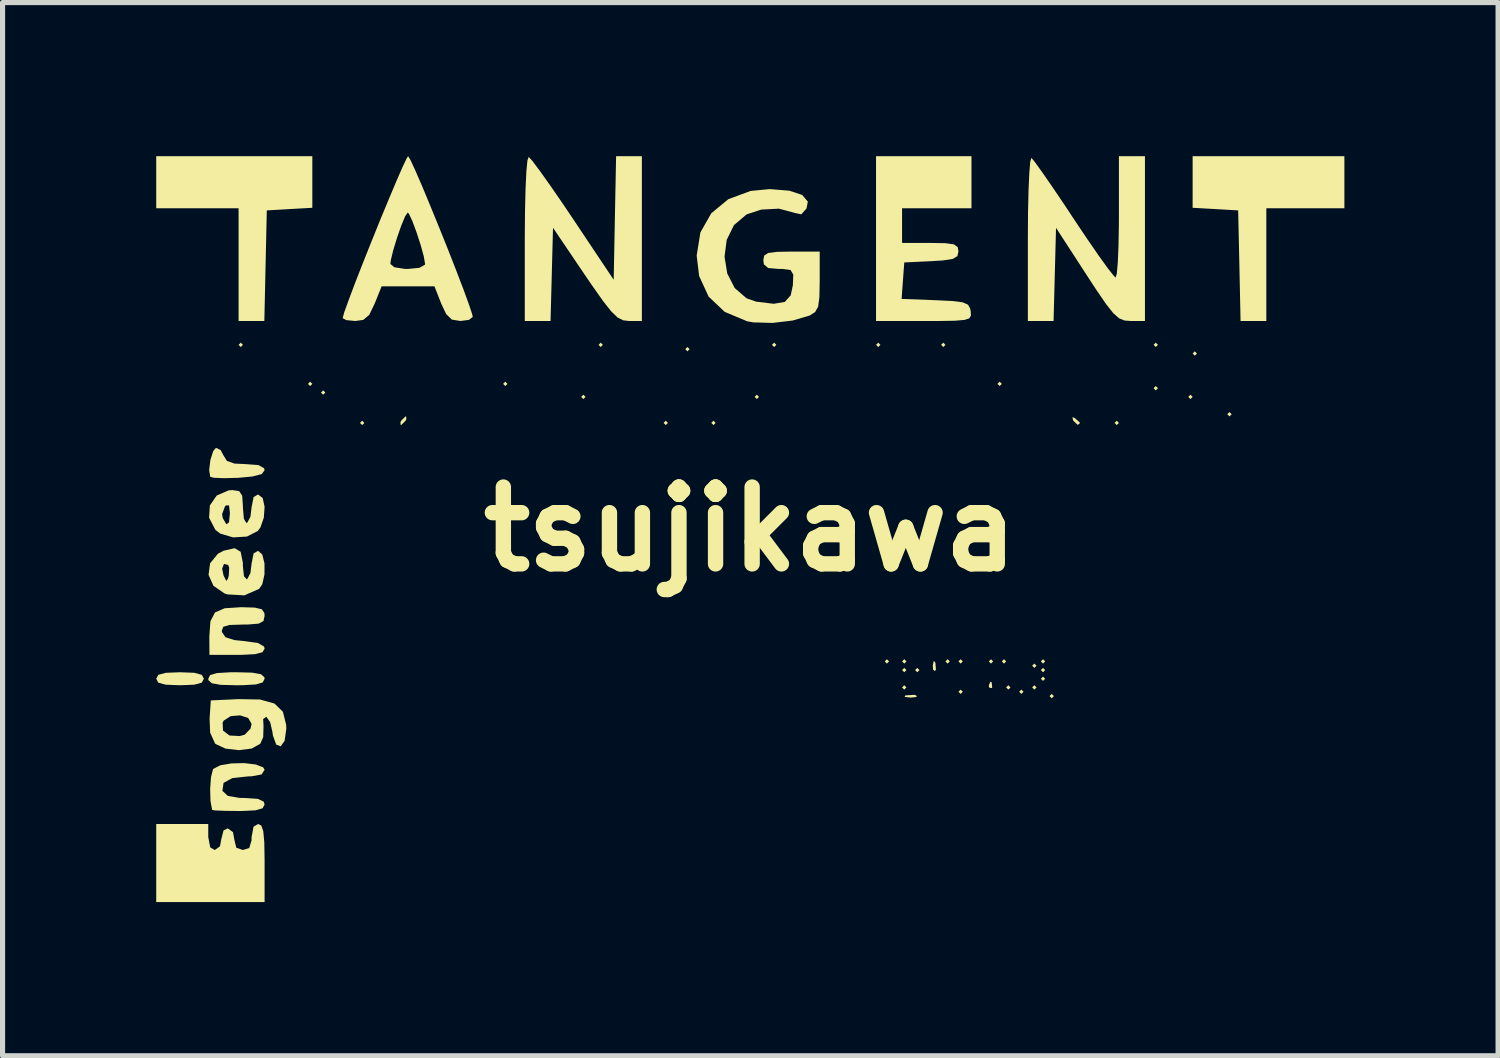
<source format=kicad_pcb>
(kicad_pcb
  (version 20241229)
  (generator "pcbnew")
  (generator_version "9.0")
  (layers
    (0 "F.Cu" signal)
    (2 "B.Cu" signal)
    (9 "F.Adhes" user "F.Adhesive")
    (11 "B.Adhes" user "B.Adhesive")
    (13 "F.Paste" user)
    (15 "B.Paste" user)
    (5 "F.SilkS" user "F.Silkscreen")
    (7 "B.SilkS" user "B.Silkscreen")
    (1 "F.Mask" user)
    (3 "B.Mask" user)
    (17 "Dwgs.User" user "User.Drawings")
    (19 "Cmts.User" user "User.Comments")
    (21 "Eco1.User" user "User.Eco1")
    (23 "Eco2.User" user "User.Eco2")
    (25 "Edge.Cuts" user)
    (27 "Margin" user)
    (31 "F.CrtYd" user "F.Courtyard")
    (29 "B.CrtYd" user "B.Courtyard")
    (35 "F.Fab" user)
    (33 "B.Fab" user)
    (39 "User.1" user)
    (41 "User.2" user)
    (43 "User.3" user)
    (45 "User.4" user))
  (footprint "tsujikawa"
    (layer "F.Cu")
    (at 11.599 7.281)
    (property "Reference" "tsujikawa" (at 0 0 0) (layer "F.SilkS") (effects (font (size 1.5 1.5) (thickness 0.3))))
    (attr board_only exclude_from_pos_files exclude_from_bom)
    (fp_poly (pts (xy -9.906 -3.598) (xy -9.948 -3.556) (xy -9.991 -3.598) (xy -9.948 -3.641)) (stroke (width 0) (type solid)) (fill yes) (layer "F.SilkS"))
    (fp_poly (pts (xy -8.551 -2.836) (xy -8.594 -2.794) (xy -8.636 -2.836) (xy -8.594 -2.879)) (stroke (width 0) (type solid)) (fill yes) (layer "F.SilkS"))
    (fp_poly (pts (xy -8.297 -2.667) (xy -8.34 -2.625) (xy -8.382 -2.667) (xy -8.34 -2.709)) (stroke (width 0) (type solid)) (fill yes) (layer "F.SilkS"))
    (fp_poly (pts (xy -7.535 -2.074) (xy -7.578 -2.032) (xy -7.62 -2.074) (xy -7.578 -2.117)) (stroke (width 0) (type solid)) (fill yes) (layer "F.SilkS"))
    (fp_poly (pts (xy -4.741 -2.836) (xy -4.784 -2.794) (xy -4.826 -2.836) (xy -4.784 -2.879)) (stroke (width 0) (type solid)) (fill yes) (layer "F.SilkS"))
    (fp_poly (pts (xy -3.217 -2.582) (xy -3.26 -2.54) (xy -3.302 -2.582) (xy -3.26 -2.625)) (stroke (width 0) (type solid)) (fill yes) (layer "F.SilkS"))
    (fp_poly (pts (xy -2.879 -3.598) (xy -2.921 -3.556) (xy -2.963 -3.598) (xy -2.921 -3.641)) (stroke (width 0) (type solid)) (fill yes) (layer "F.SilkS"))
    (fp_poly (pts (xy -1.609 -2.074) (xy -1.651 -2.032) (xy -1.693 -2.074) (xy -1.651 -2.117)) (stroke (width 0) (type solid)) (fill yes) (layer "F.SilkS"))
    (fp_poly (pts (xy -1.185 -3.514) (xy -1.228 -3.471) (xy -1.27 -3.514) (xy -1.228 -3.556)) (stroke (width 0) (type solid)) (fill yes) (layer "F.SilkS"))
    (fp_poly (pts (xy -0.677 -2.074) (xy -0.72 -2.032) (xy -0.762 -2.074) (xy -0.72 -2.117)) (stroke (width 0) (type solid)) (fill yes) (layer "F.SilkS"))
    (fp_poly (pts (xy 0.169 -2.582) (xy 0.127 -2.54) (xy 0.085 -2.582) (xy 0.127 -2.625)) (stroke (width 0) (type solid)) (fill yes) (layer "F.SilkS"))
    (fp_poly (pts (xy 0.508 -3.598) (xy 0.466 -3.556) (xy 0.423 -3.598) (xy 0.466 -3.641)) (stroke (width 0) (type solid)) (fill yes) (layer "F.SilkS"))
    (fp_poly (pts (xy 2.54 -3.598) (xy 2.498 -3.556) (xy 2.455 -3.598) (xy 2.498 -3.641)) (stroke (width 0) (type solid)) (fill yes) (layer "F.SilkS"))
    (fp_poly (pts (xy 2.709 2.582) (xy 2.667 2.625) (xy 2.625 2.582) (xy 2.667 2.54)) (stroke (width 0) (type solid)) (fill yes) (layer "F.SilkS"))
    (fp_poly (pts (xy 3.048 2.582) (xy 3.006 2.625) (xy 2.963 2.582) (xy 3.006 2.54)) (stroke (width 0) (type solid)) (fill yes) (layer "F.SilkS"))
    (fp_poly (pts (xy 3.048 2.752) (xy 3.006 2.794) (xy 2.963 2.752) (xy 3.006 2.709)) (stroke (width 0) (type solid)) (fill yes) (layer "F.SilkS"))
    (fp_poly (pts (xy 3.048 3.09) (xy 3.006 3.133) (xy 2.963 3.09) (xy 3.006 3.048)) (stroke (width 0) (type solid)) (fill yes) (layer "F.SilkS"))
    (fp_poly (pts (xy 3.302 2.752) (xy 3.26 2.794) (xy 3.217 2.752) (xy 3.26 2.709)) (stroke (width 0) (type solid)) (fill yes) (layer "F.SilkS"))
    (fp_poly (pts (xy 3.81 -3.598) (xy 3.768 -3.556) (xy 3.725 -3.598) (xy 3.768 -3.641)) (stroke (width 0) (type solid)) (fill yes) (layer "F.SilkS"))
    (fp_poly (pts (xy 3.895 2.582) (xy 3.852 2.625) (xy 3.81 2.582) (xy 3.852 2.54)) (stroke (width 0) (type solid)) (fill yes) (layer "F.SilkS"))
    (fp_poly (pts (xy 4.149 2.582) (xy 4.106 2.625) (xy 4.064 2.582) (xy 4.106 2.54)) (stroke (width 0) (type solid)) (fill yes) (layer "F.SilkS"))
    (fp_poly (pts (xy 4.149 3.175) (xy 4.106 3.217) (xy 4.064 3.175) (xy 4.106 3.133)) (stroke (width 0) (type solid)) (fill yes) (layer "F.SilkS"))
    (fp_poly (pts (xy 4.741 2.582) (xy 4.699 2.625) (xy 4.657 2.582) (xy 4.699 2.54)) (stroke (width 0) (type solid)) (fill yes) (layer "F.SilkS"))
    (fp_poly (pts (xy 4.911 -2.836) (xy 4.868 -2.794) (xy 4.826 -2.836) (xy 4.868 -2.879)) (stroke (width 0) (type solid)) (fill yes) (layer "F.SilkS"))
    (fp_poly (pts (xy 4.995 2.582) (xy 4.953 2.625) (xy 4.911 2.582) (xy 4.953 2.54)) (stroke (width 0) (type solid)) (fill yes) (layer "F.SilkS"))
    (fp_poly (pts (xy 5.08 3.09) (xy 5.038 3.133) (xy 4.995 3.09) (xy 5.038 3.048)) (stroke (width 0) (type solid)) (fill yes) (layer "F.SilkS"))
    (fp_poly (pts (xy 5.334 3.175) (xy 5.292 3.217) (xy 5.249 3.175) (xy 5.292 3.133)) (stroke (width 0) (type solid)) (fill yes) (layer "F.SilkS"))
    (fp_poly (pts (xy 5.588 2.667) (xy 5.546 2.709) (xy 5.503 2.667) (xy 5.546 2.625)) (stroke (width 0) (type solid)) (fill yes) (layer "F.SilkS"))
    (fp_poly (pts (xy 5.588 3.09) (xy 5.546 3.133) (xy 5.503 3.09) (xy 5.546 3.048)) (stroke (width 0) (type solid)) (fill yes) (layer "F.SilkS"))
    (fp_poly (pts (xy 5.757 2.582) (xy 5.715 2.625) (xy 5.673 2.582) (xy 5.715 2.54)) (stroke (width 0) (type solid)) (fill yes) (layer "F.SilkS"))
    (fp_poly (pts (xy 5.757 2.752) (xy 5.715 2.794) (xy 5.673 2.752) (xy 5.715 2.709)) (stroke (width 0) (type solid)) (fill yes) (layer "F.SilkS"))
    (fp_poly (pts (xy 5.757 2.921) (xy 5.715 2.963) (xy 5.673 2.921) (xy 5.715 2.879)) (stroke (width 0) (type solid)) (fill yes) (layer "F.SilkS"))
    (fp_poly (pts (xy 5.927 3.26) (xy 5.884 3.302) (xy 5.842 3.26) (xy 5.884 3.217)) (stroke (width 0) (type solid)) (fill yes) (layer "F.SilkS"))
    (fp_poly (pts (xy 7.197 -2.074) (xy 7.154 -2.032) (xy 7.112 -2.074) (xy 7.154 -2.117)) (stroke (width 0) (type solid)) (fill yes) (layer "F.SilkS"))
    (fp_poly (pts (xy 7.959 -3.598) (xy 7.916 -3.556) (xy 7.874 -3.598) (xy 7.916 -3.641)) (stroke (width 0) (type solid)) (fill yes) (layer "F.SilkS"))
    (fp_poly (pts (xy 7.959 -2.752) (xy 7.916 -2.709) (xy 7.874 -2.752) (xy 7.916 -2.794)) (stroke (width 0) (type solid)) (fill yes) (layer "F.SilkS"))
    (fp_poly (pts (xy 8.636 -2.582) (xy 8.594 -2.54) (xy 8.551 -2.582) (xy 8.594 -2.625)) (stroke (width 0) (type solid)) (fill yes) (layer "F.SilkS"))
    (fp_poly (pts (xy 8.721 -3.429) (xy 8.678 -3.387) (xy 8.636 -3.429) (xy 8.678 -3.471)) (stroke (width 0) (type solid)) (fill yes) (layer "F.SilkS"))
    (fp_poly (pts (xy 9.398 -2.244) (xy 9.356 -2.201) (xy 9.313 -2.244) (xy 9.356 -2.286)) (stroke (width 0) (type solid)) (fill yes) (layer "F.SilkS"))
    (fp_poly (pts (xy 3.239 3.246) (xy 3.249 3.277) (xy 3.133 3.289) (xy 3.012 3.275) (xy 3.027 3.246) (xy 3.2 3.235)) (stroke (width 0) (type solid)) (fill yes) (layer "F.SilkS"))
    (fp_poly (pts (xy 3.614 2.609) (xy 3.624 2.741) (xy 3.607 2.771) (xy 3.569 2.746) (xy 3.563 2.66) (xy 3.583 2.57)) (stroke (width 0) (type solid)) (fill yes) (layer "F.SilkS"))
    (fp_poly (pts (xy 4.713 2.992) (xy 4.723 3.092) (xy 4.713 3.104) (xy 4.663 3.093) (xy 4.657 3.048) (xy 4.688 2.978)) (stroke (width 0) (type solid)) (fill yes) (layer "F.SilkS"))
    (fp_poly (pts (xy 6.337 -2.167) (xy 6.427 -2.088) (xy 6.435 -2.069) (xy 6.394 -2.035) (xy 6.311 -2.113) (xy 6.3 -2.13) (xy 6.29 -2.188)) (stroke (width 0) (type solid)) (fill yes) (layer "F.SilkS"))
    (fp_poly (pts (xy -6.715 -2.147) (xy -6.731 -2.117) (xy -6.811 -2.036) (xy -6.826 -2.032) (xy -6.831 -2.087) (xy -6.816 -2.117) (xy -6.736 -2.198) (xy -6.721 -2.201)) (stroke (width 0) (type solid)) (fill yes) (layer "F.SilkS"))
    (fp_poly (pts (xy -10.853 2.805) (xy -10.708 2.845) (xy -10.668 2.921) (xy -10.71 2.998) (xy -10.857 3.037) (xy -11.134 3.048) (xy -11.414 3.037) (xy -11.559 2.997) (xy -11.599 2.921) (xy -11.558 2.844) (xy -11.411 2.805) (xy -11.134 2.794)) (stroke (width 0) (type solid)) (fill yes) (layer "F.SilkS"))
    (fp_poly (pts (xy -9.724 2.802) (xy -9.553 2.833) (xy -9.487 2.892) (xy -9.483 2.921) (xy -9.519 2.992) (xy -9.651 3.032) (xy -9.908 3.047) (xy -10.033 3.048) (xy -10.342 3.04) (xy -10.513 3.009) (xy -10.579 2.95) (xy -10.583 2.921) (xy -10.547 2.85) (xy -10.415 2.81) (xy -10.158 2.795) (xy -10.033 2.794)) (stroke (width 0) (type solid)) (fill yes) (layer "F.SilkS"))
    (fp_poly (pts (xy -8.551 -6.778) (xy -8.551 -6.274) (xy -8.996 -6.249) (xy -9.44 -6.223) (xy -9.464 -5.144) (xy -9.488 -4.064) (xy -9.739 -4.064) (xy -9.991 -4.064) (xy -9.991 -5.165) (xy -9.991 -6.265) (xy -10.795 -6.265) (xy -11.599 -6.265) (xy -11.599 -6.773) (xy -11.599 -7.281) (xy -10.075 -7.281) (xy -8.551 -7.281)) (stroke (width 0) (type solid)) (fill yes) (layer "F.SilkS"))
    (fp_poly (pts (xy 11.599 -6.773) (xy 11.599 -6.265) (xy 10.837 -6.265) (xy 10.075 -6.265) (xy 10.075 -5.165) (xy 10.075 -4.064) (xy 9.824 -4.064) (xy 9.572 -4.064) (xy 9.549 -5.144) (xy 9.525 -6.223) (xy 9.081 -6.249) (xy 8.636 -6.274) (xy 8.636 -6.778) (xy 8.636 -7.281) (xy 10.118 -7.281) (xy 11.599 -7.281)) (stroke (width 0) (type solid)) (fill yes) (layer "F.SilkS"))
    (fp_poly (pts (xy -10.341 -1.544) (xy -10.288 -1.444) (xy -10.219 -1.332) (xy -10.072 -1.28) (xy -9.858 -1.27) (xy -9.603 -1.251) (xy -9.492 -1.188) (xy -9.483 -1.151) (xy -9.538 -1.076) (xy -9.719 -1.028) (xy -9.999 -1.002) (xy -10.275 -0.995) (xy -10.474 -1.003) (xy -10.545 -1.022) (xy -10.565 -1.157) (xy -10.541 -1.351) (xy -10.487 -1.522) (xy -10.433 -1.588)) (stroke (width 0) (type solid)) (fill yes) (layer "F.SilkS"))
    (fp_poly (pts (xy -10.583 6.011) (xy -10.545 6.213) (xy -10.456 6.265) (xy -10.354 6.192) (xy -10.329 6.054) (xy -10.285 5.883) (xy -10.202 5.842) (xy -10.1 5.916) (xy -10.075 6.054) (xy -10.036 6.22) (xy -9.906 6.265) (xy -9.782 6.225) (xy -9.738 6.077) (xy -9.737 6.011) (xy -9.699 5.81) (xy -9.61 5.757) (xy -9.548 5.787) (xy -9.509 5.895) (xy -9.489 6.111) (xy -9.483 6.464) (xy -9.483 6.519) (xy -9.483 7.281) (xy -10.541 7.281) (xy -11.599 7.281) (xy -11.599 6.519) (xy -11.599 5.757) (xy -11.091 5.757) (xy -10.583 5.757)) (stroke (width 0) (type solid)) (fill yes) (layer "F.SilkS"))
    (fp_poly (pts (xy -9.673 1.532) (xy -9.536 1.565) (xy -9.487 1.638) (xy -9.483 1.693) (xy -9.505 1.794) (xy -9.598 1.845) (xy -9.804 1.862) (xy -9.912 1.863) (xy -10.167 1.871) (xy -10.29 1.906) (xy -10.318 1.982) (xy -10.314 2.011) (xy -10.247 2.11) (xy -10.073 2.166) (xy -9.884 2.185) (xy -9.614 2.222) (xy -9.493 2.293) (xy -9.483 2.333) (xy -9.524 2.403) (xy -9.669 2.441) (xy -9.947 2.455) (xy -10.021 2.455) (xy -10.56 2.455) (xy -10.562 2.095) (xy -10.541 1.8) (xy -10.452 1.627) (xy -10.263 1.545) (xy -9.941 1.524) (xy -9.938 1.524)) (stroke (width 0) (type solid)) (fill yes) (layer "F.SilkS"))
    (fp_poly (pts (xy -2.117 -5.673) (xy -2.117 -4.064) (xy -2.369 -4.064) (xy -2.482 -4.077) (xy -2.59 -4.131) (xy -2.714 -4.25) (xy -2.875 -4.454) (xy -3.096 -4.767) (xy -3.237 -4.974) (xy -3.852 -5.884) (xy -3.876 -4.974) (xy -3.9 -4.064) (xy -4.152 -4.064) (xy -4.403 -4.064) (xy -4.403 -5.68) (xy -4.399 -6.202) (xy -4.388 -6.645) (xy -4.372 -6.985) (xy -4.351 -7.2) (xy -4.327 -7.267) (xy -4.256 -7.191) (xy -4.11 -6.996) (xy -3.905 -6.708) (xy -3.659 -6.351) (xy -3.459 -6.054) (xy -2.667 -4.868) (xy -2.644 -6.075) (xy -2.62 -7.281) (xy -2.368 -7.281) (xy -2.117 -7.281)) (stroke (width 0) (type solid)) (fill yes) (layer "F.SilkS"))
    (fp_poly (pts (xy -9.655 4.595) (xy -9.509 4.652) (xy -9.483 4.699) (xy -9.543 4.79) (xy -9.74 4.826) (xy -9.8 4.827) (xy -10.114 4.861) (xy -10.285 4.955) (xy -10.306 5.104) (xy -10.302 5.114) (xy -10.201 5.208) (xy -9.975 5.247) (xy -9.866 5.249) (xy -9.614 5.266) (xy -9.499 5.322) (xy -9.483 5.376) (xy -9.522 5.45) (xy -9.66 5.49) (xy -9.929 5.503) (xy -9.991 5.503) (xy -10.26 5.5) (xy -10.448 5.492) (xy -10.507 5.482) (xy -10.539 5.311) (xy -10.546 5.072) (xy -10.529 4.84) (xy -10.491 4.691) (xy -10.485 4.682) (xy -10.35 4.611) (xy -10.131 4.574) (xy -9.881 4.568)) (stroke (width 0) (type solid)) (fill yes) (layer "F.SilkS"))
    (fp_poly (pts (xy -9.95 0.442) (xy -9.908 0.652) (xy -9.906 0.73) (xy -9.886 0.92) (xy -9.832 0.978) (xy -9.821 0.974) (xy -9.76 0.859) (xy -9.737 0.672) (xy -9.698 0.474) (xy -9.61 0.423) (xy -9.528 0.495) (xy -9.485 0.67) (xy -9.485 0.884) (xy -9.528 1.075) (xy -9.588 1.165) (xy -9.877 1.293) (xy -10.209 1.274) (xy -10.266 1.255) (xy -10.482 1.106) (xy -10.577 0.893) (xy -10.561 0.771) (xy -10.312 0.771) (xy -10.284 0.907) (xy -10.229 1.013) (xy -10.196 0.96) (xy -10.182 0.904) (xy -10.174 0.75) (xy -10.195 0.699) (xy -10.276 0.679) (xy -10.312 0.771) (xy -10.561 0.771) (xy -10.547 0.667) (xy -10.394 0.48) (xy -10.282 0.421) (xy -10.067 0.372)) (stroke (width 0) (type solid)) (fill yes) (layer "F.SilkS"))
    (fp_poly (pts (xy 4.318 -6.773) (xy 4.318 -6.265) (xy 3.641 -6.265) (xy 2.963 -6.265) (xy 2.963 -5.927) (xy 2.963 -5.588) (xy 3.514 -5.588) (xy 3.812 -5.583) (xy 3.978 -5.559) (xy 4.05 -5.505) (xy 4.064 -5.423) (xy 4.043 -5.33) (xy 3.954 -5.276) (xy 3.76 -5.246) (xy 3.535 -5.232) (xy 3.006 -5.207) (xy 2.98 -4.851) (xy 2.954 -4.495) (xy 3.615 -4.47) (xy 3.948 -4.454) (xy 4.148 -4.428) (xy 4.251 -4.382) (xy 4.294 -4.304) (xy 4.303 -4.255) (xy 4.308 -4.172) (xy 4.278 -4.117) (xy 4.183 -4.085) (xy 3.995 -4.069) (xy 3.686 -4.064) (xy 3.393 -4.064) (xy 2.455 -4.064) (xy 2.455 -5.673) (xy 2.455 -7.281) (xy 3.387 -7.281) (xy 4.318 -7.281)) (stroke (width 0) (type solid)) (fill yes) (layer "F.SilkS"))
    (fp_poly (pts (xy -9.98 -0.743) (xy -9.921 -0.654) (xy -9.906 -0.449) (xy -9.906 -0.418) (xy -9.888 -0.204) (xy -9.84 -0.122) (xy -9.821 -0.127) (xy -9.76 -0.241) (xy -9.737 -0.428) (xy -9.698 -0.626) (xy -9.61 -0.677) (xy -9.52 -0.607) (xy -9.483 -0.436) (xy -9.498 -0.224) (xy -9.565 -0.032) (xy -9.616 0.036) (xy -9.828 0.145) (xy -10.099 0.161) (xy -10.349 0.087) (xy -10.443 0.015) (xy -10.567 -0.223) (xy -10.562 -0.292) (xy -10.313 -0.292) (xy -10.301 -0.217) (xy -10.229 -0.095) (xy -10.178 -0.134) (xy -10.16 -0.313) (xy -10.177 -0.463) (xy -10.236 -0.464) (xy -10.256 -0.446) (xy -10.313 -0.292) (xy -10.562 -0.292) (xy -10.552 -0.462) (xy -10.418 -0.656) (xy -10.186 -0.757) (xy -10.112 -0.762)) (stroke (width 0) (type solid)) (fill yes) (layer "F.SilkS"))
    (fp_poly (pts (xy 7.705 -5.673) (xy 7.705 -4.064) (xy 7.427 -4.064) (xy 7.306 -4.073) (xy 7.2 -4.116) (xy 7.088 -4.215) (xy 6.946 -4.394) (xy 6.754 -4.675) (xy 6.559 -4.973) (xy 5.969 -5.883) (xy 5.945 -4.973) (xy 5.921 -4.064) (xy 5.67 -4.064) (xy 5.419 -4.064) (xy 5.419 -5.678) (xy 5.422 -6.176) (xy 5.432 -6.607) (xy 5.447 -6.946) (xy 5.465 -7.169) (xy 5.487 -7.249) (xy 5.489 -7.248) (xy 5.557 -7.166) (xy 5.7 -6.967) (xy 5.902 -6.675) (xy 6.144 -6.317) (xy 6.314 -6.059) (xy 6.572 -5.674) (xy 6.8 -5.343) (xy 6.981 -5.092) (xy 7.099 -4.943) (xy 7.133 -4.912) (xy 7.156 -4.991) (xy 7.175 -5.209) (xy 7.189 -5.536) (xy 7.196 -5.942) (xy 7.197 -6.096) (xy 7.197 -7.281) (xy 7.451 -7.281) (xy 7.705 -7.281)) (stroke (width 0) (type solid)) (fill yes) (layer "F.SilkS"))
    (fp_poly (pts (xy -9.575 3.326) (xy -9.29 3.405) (xy -9.125 3.566) (xy -9.062 3.821) (xy -9.059 3.897) (xy -9.092 4.133) (xy -9.169 4.239) (xy -9.256 4.207) (xy -9.321 4.028) (xy -9.329 3.965) (xy -9.374 3.769) (xy -9.447 3.666) (xy -9.45 3.665) (xy -9.511 3.707) (xy -9.504 3.849) (xy -9.51 4.062) (xy -9.568 4.191) (xy -9.736 4.284) (xy -9.987 4.315) (xy -10.247 4.285) (xy -10.439 4.195) (xy -10.449 4.187) (xy -10.546 3.974) (xy -10.554 3.776) (xy -10.302 3.776) (xy -10.295 3.933) (xy -10.168 4.029) (xy -9.967 4.04) (xy -9.871 4.013) (xy -9.758 3.895) (xy -9.737 3.801) (xy -9.804 3.686) (xy -9.963 3.636) (xy -10.144 3.651) (xy -10.28 3.737) (xy -10.302 3.776) (xy -10.554 3.776) (xy -10.557 3.7) (xy -10.533 3.344) (xy -9.999 3.319)) (stroke (width 0) (type solid)) (fill yes) (layer "F.SilkS"))
    (fp_poly (pts (xy 0.76 -6.608) (xy 1.013 -6.525) (xy 1.123 -6.395) (xy 1.098 -6.261) (xy 0.996 -6.146) (xy 0.854 -6.177) (xy 0.849 -6.18) (xy 0.558 -6.257) (xy 0.213 -6.239) (xy -0.072 -6.145) (xy -0.319 -5.936) (xy -0.461 -5.647) (xy -0.503 -5.319) (xy -0.45 -4.992) (xy -0.305 -4.708) (xy -0.073 -4.507) (xy 0.112 -4.442) (xy 0.456 -4.4) (xy 0.673 -4.436) (xy 0.789 -4.565) (xy 0.831 -4.763) (xy 0.839 -4.97) (xy 0.786 -5.059) (xy 0.631 -5.08) (xy 0.555 -5.08) (xy 0.349 -5.098) (xy 0.265 -5.17) (xy 0.254 -5.249) (xy 0.271 -5.341) (xy 0.348 -5.392) (xy 0.521 -5.414) (xy 0.804 -5.419) (xy 1.355 -5.419) (xy 1.355 -4.84) (xy 1.349 -4.528) (xy 1.324 -4.343) (xy 1.266 -4.239) (xy 1.163 -4.173) (xy 1.154 -4.169) (xy 0.828 -4.073) (xy 0.432 -4.026) (xy 0.058 -4.037) (xy -0.061 -4.058) (xy -0.5 -4.242) (xy -0.814 -4.54) (xy -0.999 -4.942) (xy -1.047 -5.341) (xy -0.974 -5.794) (xy -0.762 -6.167) (xy -0.429 -6.442) (xy 0.005 -6.603) (xy 0.379 -6.639)) (stroke (width 0) (type solid)) (fill yes) (layer "F.SilkS"))
    (fp_poly (pts (xy -6.635 -7.207) (xy -6.541 -7.004) (xy -6.409 -6.7) (xy -6.253 -6.325) (xy -6.082 -5.907) (xy -5.909 -5.477) (xy -5.746 -5.061) (xy -5.604 -4.691) (xy -5.496 -4.394) (xy -5.431 -4.2) (xy -5.419 -4.143) (xy -5.492 -4.086) (xy -5.66 -4.064) (xy -5.827 -4.091) (xy -5.939 -4.2) (xy -6.034 -4.403) (xy -6.167 -4.741) (xy -6.683 -4.741) (xy -7.198 -4.741) (xy -7.334 -4.403) (xy -7.44 -4.183) (xy -7.557 -4.085) (xy -7.714 -4.064) (xy -7.888 -4.081) (xy -7.959 -4.12) (xy -7.929 -4.23) (xy -7.846 -4.461) (xy -7.724 -4.786) (xy -7.572 -5.175) (xy -7.571 -5.178) (xy -7.027 -5.178) (xy -6.95 -5.113) (xy -6.746 -5.081) (xy -6.689 -5.08) (xy -6.462 -5.102) (xy -6.354 -5.162) (xy -6.35 -5.178) (xy -6.375 -5.326) (xy -6.437 -5.551) (xy -6.518 -5.8) (xy -6.6 -6.02) (xy -6.666 -6.159) (xy -6.689 -6.181) (xy -6.739 -6.108) (xy -6.815 -5.925) (xy -6.899 -5.684) (xy -6.973 -5.44) (xy -7.02 -5.244) (xy -7.027 -5.178) (xy -7.571 -5.178) (xy -7.403 -5.599) (xy -7.229 -6.03) (xy -7.06 -6.438) (xy -6.909 -6.796) (xy -6.788 -7.074) (xy -6.707 -7.243) (xy -6.681 -7.281)) (stroke (width 0) (type solid)) (fill yes) (layer "F.SilkS")))
  (gr_rect
    (start -3 -3)
    (end 26.199 17.563)
    (stroke (width 0.1) (type default))
    (fill no)
    (layer "Edge.Cuts")))
</source>
